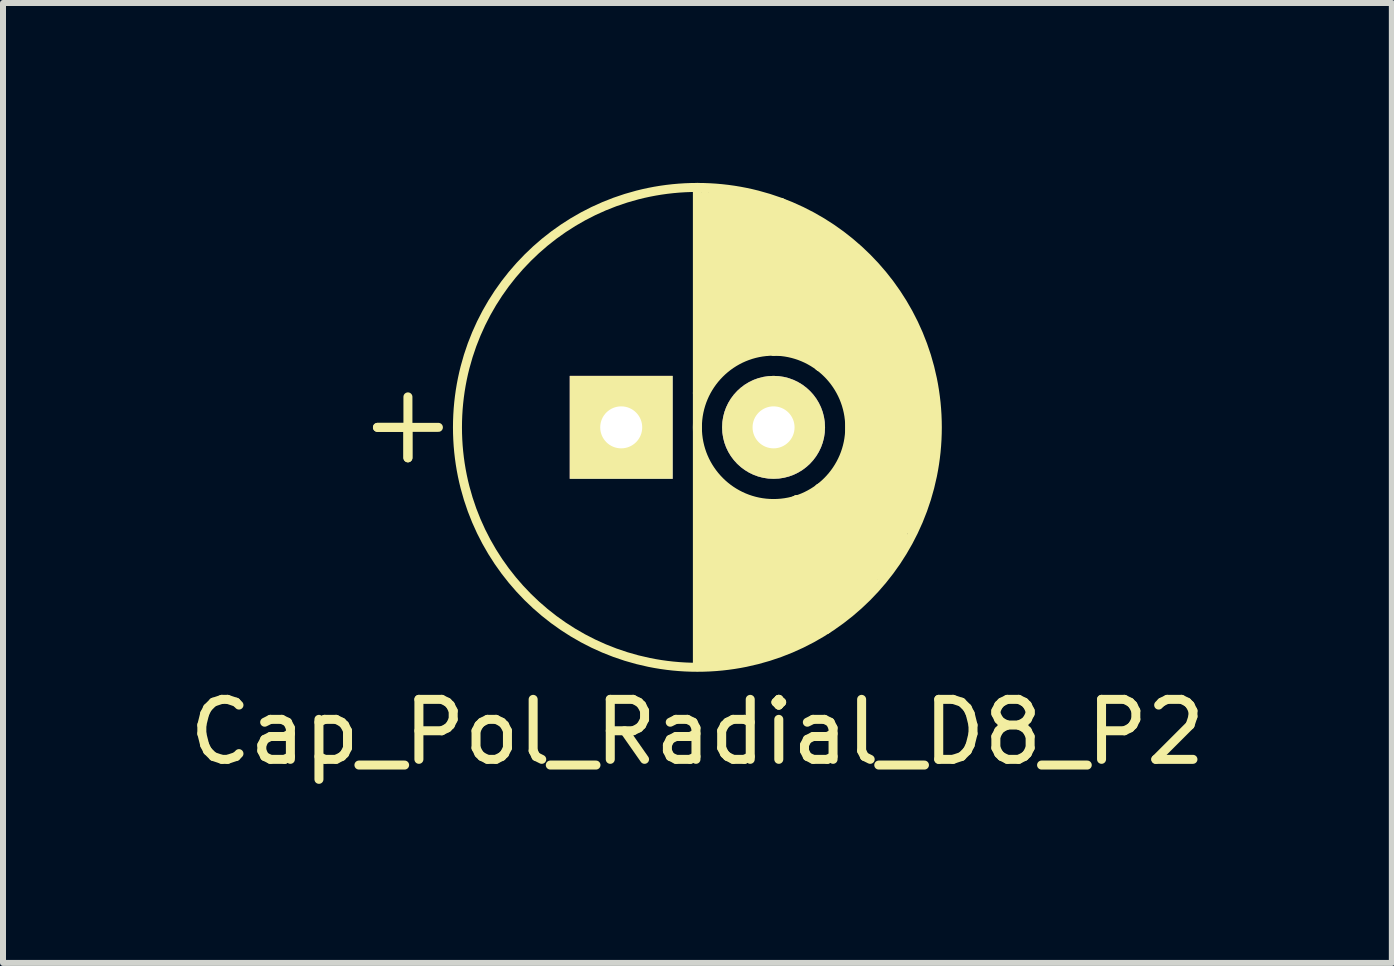
<source format=kicad_pcb>
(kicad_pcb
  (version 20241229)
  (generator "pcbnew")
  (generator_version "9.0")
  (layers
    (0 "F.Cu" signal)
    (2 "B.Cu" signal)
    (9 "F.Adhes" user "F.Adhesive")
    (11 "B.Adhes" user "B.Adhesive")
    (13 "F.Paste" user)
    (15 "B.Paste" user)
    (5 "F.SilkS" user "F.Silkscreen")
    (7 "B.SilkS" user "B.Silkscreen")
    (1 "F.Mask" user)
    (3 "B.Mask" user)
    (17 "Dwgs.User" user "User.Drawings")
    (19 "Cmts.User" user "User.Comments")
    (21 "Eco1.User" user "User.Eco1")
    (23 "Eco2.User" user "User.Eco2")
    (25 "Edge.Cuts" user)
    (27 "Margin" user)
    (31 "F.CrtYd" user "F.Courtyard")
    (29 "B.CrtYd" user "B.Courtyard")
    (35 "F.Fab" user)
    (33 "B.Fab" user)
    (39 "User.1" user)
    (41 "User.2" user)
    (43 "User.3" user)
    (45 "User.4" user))
  (footprint "Cap_Pol_Radial_D8_P2"
    (layer "F.Cu")
    (at 7.307 4.075)
    (property "Reference" "Cap_Pol_Radial_D8_P2" (at 1.27 5.08 0) (layer "F.SilkS") (effects (font (size 1 1) (thickness 0.15))))
    (attr through_hole)
    (fp_line (start -4.064 0) (end -3.048 0) (stroke (width 0.15) (type solid)) (layer "F.SilkS"))
    (fp_line (start -3.556 -0.508) (end -3.556 0.508) (stroke (width 0.15) (type solid)) (layer "F.SilkS"))
    (fp_line (start -3.556 0) (end -4.064 0) (stroke (width 0.15) (type solid)) (layer "F.SilkS"))
    (fp_line (start -3.556 0.508) (end -3.556 0) (stroke (width 0.15) (type solid)) (layer "F.SilkS"))
    (fp_line (start 1.27 -4) (end 1.27 3.937) (stroke (width 0.15) (type solid)) (layer "F.SilkS"))
    (fp_line (start 1.27 -0.572) (end 1.397 -0.699) (stroke (width 0.15) (type solid)) (layer "F.SilkS"))
    (fp_line (start 1.27 3.937) (end 1.397 3.937) (stroke (width 0.15) (type solid)) (layer "F.SilkS"))
    (fp_line (start 1.397 -0.699) (end 1.397 -3.873) (stroke (width 0.15) (type solid)) (layer "F.SilkS"))
    (fp_line (start 1.397 3.937) (end 1.397 0.635) (stroke (width 0.15) (type solid)) (layer "F.SilkS"))
    (fp_line (start 1.524 -3.937) (end 1.524 -0.826) (stroke (width 0.15) (type solid)) (layer "F.SilkS"))
    (fp_line (start 1.524 -0.826) (end 1.651 -0.953) (stroke (width 0.15) (type solid)) (layer "F.SilkS"))
    (fp_line (start 1.524 0.826) (end 1.651 0.953) (stroke (width 0.15) (type solid)) (layer "F.SilkS"))
    (fp_line (start 1.524 3.937) (end 1.524 0.826) (stroke (width 0.15) (type solid)) (layer "F.SilkS"))
    (fp_line (start 1.651 -3.937) (end 1.778 -3.873) (stroke (width 0.15) (type solid)) (layer "F.SilkS"))
    (fp_line (start 1.651 -0.953) (end 1.651 -3.937) (stroke (width 0.15) (type solid)) (layer "F.SilkS"))
    (fp_line (start 1.651 0.953) (end 1.651 3.937) (stroke (width 0.15) (type solid)) (layer "F.SilkS"))
    (fp_line (start 1.651 3.937) (end 1.778 3.937) (stroke (width 0.15) (type solid)) (layer "F.SilkS"))
    (fp_line (start 1.778 -3.873) (end 1.778 -1.079) (stroke (width 0.15) (type solid)) (layer "F.SilkS"))
    (fp_line (start 1.778 -1.079) (end 1.905 -1.206) (stroke (width 0.15) (type solid)) (layer "F.SilkS"))
    (fp_line (start 1.778 1.079) (end 1.905 1.143) (stroke (width 0.15) (type solid)) (layer "F.SilkS"))
    (fp_line (start 1.778 3.937) (end 1.778 1.079) (stroke (width 0.15) (type solid)) (layer "F.SilkS"))
    (fp_line (start 1.905 -3.937) (end 2.032 -3.873) (stroke (width 0.15) (type solid)) (layer "F.SilkS"))
    (fp_line (start 1.905 -1.206) (end 1.905 -3.937) (stroke (width 0.15) (type solid)) (layer "F.SilkS"))
    (fp_line (start 1.905 1.143) (end 1.905 3.937) (stroke (width 0.15) (type solid)) (layer "F.SilkS"))
    (fp_line (start 1.905 3.937) (end 2.032 3.873) (stroke (width 0.15) (type solid)) (layer "F.SilkS"))
    (fp_line (start 2.032 -3.873) (end 2.032 -1.206) (stroke (width 0.15) (type solid)) (layer "F.SilkS"))
    (fp_line (start 2.032 -1.206) (end 2.159 -1.27) (stroke (width 0.15) (type solid)) (layer "F.SilkS"))
    (fp_line (start 2.032 1.206) (end 2.159 1.27) (stroke (width 0.15) (type solid)) (layer "F.SilkS"))
    (fp_line (start 2.032 3.873) (end 2.032 1.206) (stroke (width 0.15) (type solid)) (layer "F.SilkS"))
    (fp_line (start 2.159 -3.81) (end 2.286 -3.81) (stroke (width 0.15) (type solid)) (layer "F.SilkS"))
    (fp_line (start 2.159 -1.27) (end 2.159 -3.81) (stroke (width 0.15) (type solid)) (layer "F.SilkS"))
    (fp_line (start 2.159 1.27) (end 2.159 3.81) (stroke (width 0.15) (type solid)) (layer "F.SilkS"))
    (fp_line (start 2.159 3.81) (end 2.286 3.81) (stroke (width 0.15) (type solid)) (layer "F.SilkS"))
    (fp_line (start 2.286 -3.81) (end 2.286 -1.27) (stroke (width 0.15) (type solid)) (layer "F.SilkS"))
    (fp_line (start 2.286 -1.27) (end 2.413 -1.27) (stroke (width 0.15) (type solid)) (layer "F.SilkS"))
    (fp_line (start 2.286 1.27) (end 2.413 1.27) (stroke (width 0.15) (type solid)) (layer "F.SilkS"))
    (fp_line (start 2.286 3.81) (end 2.286 1.27) (stroke (width 0.15) (type solid)) (layer "F.SilkS"))
    (fp_line (start 2.413 -3.81) (end 2.54 -3.747) (stroke (width 0.15) (type solid)) (layer "F.SilkS"))
    (fp_line (start 2.413 -1.27) (end 2.413 -3.81) (stroke (width 0.15) (type solid)) (layer "F.SilkS"))
    (fp_line (start 2.413 1.27) (end 2.413 3.81) (stroke (width 0.15) (type solid)) (layer "F.SilkS"))
    (fp_line (start 2.413 3.81) (end 2.54 3.747) (stroke (width 0.15) (type solid)) (layer "F.SilkS"))
    (fp_line (start 2.54 -3.747) (end 2.54 -1.27) (stroke (width 0.15) (type solid)) (layer "F.SilkS"))
    (fp_line (start 2.54 -1.27) (end 2.667 -1.27) (stroke (width 0.15) (type solid)) (layer "F.SilkS"))
    (fp_line (start 2.54 1.333) (end 2.667 1.333) (stroke (width 0.15) (type solid)) (layer "F.SilkS"))
    (fp_line (start 2.54 3.747) (end 2.54 1.333) (stroke (width 0.15) (type solid)) (layer "F.SilkS"))
    (fp_line (start 2.667 -3.747) (end 2.794 -3.683) (stroke (width 0.15) (type solid)) (layer "F.SilkS"))
    (fp_line (start 2.667 -1.27) (end 2.667 -3.747) (stroke (width 0.15) (type solid)) (layer "F.SilkS"))
    (fp_line (start 2.667 1.333) (end 2.667 3.683) (stroke (width 0.15) (type solid)) (layer "F.SilkS"))
    (fp_line (start 2.667 3.683) (end 2.794 3.619) (stroke (width 0.15) (type solid)) (layer "F.SilkS"))
    (fp_line (start 2.794 -3.683) (end 2.794 -1.27) (stroke (width 0.15) (type solid)) (layer "F.SilkS"))
    (fp_line (start 2.794 -1.27) (end 2.921 -1.27) (stroke (width 0.15) (type solid)) (layer "F.SilkS"))
    (fp_line (start 2.794 1.27) (end 2.921 1.206) (stroke (width 0.15) (type solid)) (layer "F.SilkS"))
    (fp_line (start 2.794 3.619) (end 2.794 1.27) (stroke (width 0.15) (type solid)) (layer "F.SilkS"))
    (fp_line (start 2.921 -3.619) (end 3.048 -3.556) (stroke (width 0.15) (type solid)) (layer "F.SilkS"))
    (fp_line (start 2.921 -1.27) (end 2.921 -3.619) (stroke (width 0.15) (type solid)) (layer "F.SilkS"))
    (fp_line (start 2.921 1.206) (end 2.921 3.619) (stroke (width 0.15) (type solid)) (layer "F.SilkS"))
    (fp_line (start 2.921 3.619) (end 3.048 3.493) (stroke (width 0.15) (type solid)) (layer "F.SilkS"))
    (fp_line (start 3.048 -3.556) (end 3.048 -1.206) (stroke (width 0.15) (type solid)) (layer "F.SilkS"))
    (fp_line (start 3.048 -1.206) (end 3.175 -1.143) (stroke (width 0.15) (type solid)) (layer "F.SilkS"))
    (fp_line (start 3.048 1.206) (end 3.175 1.143) (stroke (width 0.15) (type solid)) (layer "F.SilkS"))
    (fp_line (start 3.048 3.493) (end 3.048 1.206) (stroke (width 0.15) (type solid)) (layer "F.SilkS"))
    (fp_line (start 3.175 -3.493) (end 3.302 -3.429) (stroke (width 0.15) (type solid)) (layer "F.SilkS"))
    (fp_line (start 3.175 -1.143) (end 3.175 -3.493) (stroke (width 0.15) (type solid)) (layer "F.SilkS"))
    (fp_line (start 3.175 1.143) (end 3.175 3.493) (stroke (width 0.15) (type solid)) (layer "F.SilkS"))
    (fp_line (start 3.175 3.493) (end 3.302 3.365) (stroke (width 0.15) (type solid)) (layer "F.SilkS"))
    (fp_line (start 3.302 -3.429) (end 3.302 -1.016) (stroke (width 0.15) (type solid)) (layer "F.SilkS"))
    (fp_line (start 3.302 -1.016) (end 3.429 -0.953) (stroke (width 0.15) (type solid)) (layer "F.SilkS"))
    (fp_line (start 3.302 1.016) (end 3.429 0.953) (stroke (width 0.15) (type solid)) (layer "F.SilkS"))
    (fp_line (start 3.302 3.365) (end 3.302 1.016) (stroke (width 0.15) (type solid)) (layer "F.SilkS"))
    (fp_line (start 3.429 -3.302) (end 3.556 -3.239) (stroke (width 0.15) (type solid)) (layer "F.SilkS"))
    (fp_line (start 3.429 -0.953) (end 3.429 -3.302) (stroke (width 0.15) (type solid)) (layer "F.SilkS"))
    (fp_line (start 3.429 0.953) (end 3.429 3.365) (stroke (width 0.15) (type solid)) (layer "F.SilkS"))
    (fp_line (start 3.429 3.365) (end 3.556 3.175) (stroke (width 0.15) (type solid)) (layer "F.SilkS"))
    (fp_line (start 3.556 -3.239) (end 3.556 -0.826) (stroke (width 0.15) (type solid)) (layer "F.SilkS"))
    (fp_line (start 3.556 -0.826) (end 3.683 -0.635) (stroke (width 0.15) (type solid)) (layer "F.SilkS"))
    (fp_line (start 3.556 0.826) (end 3.683 0.635) (stroke (width 0.15) (type solid)) (layer "F.SilkS"))
    (fp_line (start 3.556 3.175) (end 3.556 0.826) (stroke (width 0.15) (type solid)) (layer "F.SilkS"))
    (fp_line (start 3.683 -3.175) (end 3.81 -3.048) (stroke (width 0.15) (type solid)) (layer "F.SilkS"))
    (fp_line (start 3.683 -0.635) (end 3.683 -3.111) (stroke (width 0.15) (type solid)) (layer "F.SilkS"))
    (fp_line (start 3.683 0.635) (end 3.683 3.111) (stroke (width 0.15) (type solid)) (layer "F.SilkS"))
    (fp_line (start 3.81 -3.048) (end 3.81 3.048) (stroke (width 0.15) (type solid)) (layer "F.SilkS"))
    (fp_line (start 3.81 -2.985) (end 4.191 -2.603) (stroke (width 0.15) (type solid)) (layer "F.SilkS"))
    (fp_line (start 3.81 3.048) (end 3.937 2.857) (stroke (width 0.15) (type solid)) (layer "F.SilkS"))
    (fp_line (start 3.937 -2.857) (end 4.064 -2.794) (stroke (width 0.15) (type solid)) (layer "F.SilkS"))
    (fp_line (start 3.937 2.857) (end 3.937 -2.857) (stroke (width 0.15) (type solid)) (layer "F.SilkS"))
    (fp_line (start 3.937 2.857) (end 4.064 2.731) (stroke (width 0.15) (type solid)) (layer "F.SilkS"))
    (fp_line (start 4.064 -2.794) (end 4.064 2.731) (stroke (width 0.15) (type solid)) (layer "F.SilkS"))
    (fp_line (start 4.064 2.731) (end 4.191 2.603) (stroke (width 0.15) (type solid)) (layer "F.SilkS"))
    (fp_line (start 4.191 -2.603) (end 4.318 -2.477) (stroke (width 0.15) (type solid)) (layer "F.SilkS"))
    (fp_line (start 4.191 2.603) (end 4.191 -2.603) (stroke (width 0.15) (type solid)) (layer "F.SilkS"))
    (fp_line (start 4.318 -2.477) (end 4.318 2.477) (stroke (width 0.15) (type solid)) (layer "F.SilkS"))
    (fp_line (start 4.318 2.477) (end 4.445 2.349) (stroke (width 0.15) (type solid)) (layer "F.SilkS"))
    (fp_line (start 4.445 -2.413) (end 4.572 -2.159) (stroke (width 0.15) (type solid)) (layer "F.SilkS"))
    (fp_line (start 4.445 2.223) (end 4.508 2.159) (stroke (width 0.15) (type solid)) (layer "F.SilkS"))
    (fp_line (start 4.445 2.349) (end 4.445 -2.413) (stroke (width 0.15) (type solid)) (layer "F.SilkS"))
    (fp_line (start 4.572 -2.159) (end 4.572 2.095) (stroke (width 0.15) (type solid)) (layer "F.SilkS"))
    (fp_line (start 4.572 2.095) (end 4.699 1.905) (stroke (width 0.15) (type solid)) (layer "F.SilkS"))
    (fp_line (start 4.636 -1.968) (end 4.445 -2.032) (stroke (width 0.15) (type solid)) (layer "F.SilkS"))
    (fp_line (start 4.699 -1.905) (end 4.826 -1.651) (stroke (width 0.15) (type solid)) (layer "F.SilkS"))
    (fp_line (start 4.699 1.905) (end 4.699 -1.905) (stroke (width 0.15) (type solid)) (layer "F.SilkS"))
    (fp_line (start 4.763 -1.905) (end 4.636 -1.968) (stroke (width 0.15) (type solid)) (layer "F.SilkS"))
    (fp_line (start 4.826 -1.651) (end 4.826 1.714) (stroke (width 0.15) (type solid)) (layer "F.SilkS"))
    (fp_line (start 4.826 1.714) (end 4.953 1.333) (stroke (width 0.15) (type solid)) (layer "F.SilkS"))
    (fp_line (start 4.953 -1.46) (end 5.08 -1.079) (stroke (width 0.15) (type solid)) (layer "F.SilkS"))
    (fp_line (start 4.953 1.333) (end 4.953 -1.46) (stroke (width 0.15) (type solid)) (layer "F.SilkS"))
    (fp_line (start 5.016 1.206) (end 5.016 1.016) (stroke (width 0.15) (type solid)) (layer "F.SilkS"))
    (fp_line (start 5.08 -1.079) (end 5.08 1.016) (stroke (width 0.15) (type solid)) (layer "F.SilkS"))
    (fp_line (start 5.08 1.016) (end 5.144 0.699) (stroke (width 0.15) (type solid)) (layer "F.SilkS"))
    (fp_line (start 5.144 0.699) (end 5.144 -0.572) (stroke (width 0.15) (type solid)) (layer "F.SilkS"))
    (fp_circle (center 1.27 0) (end 5.27 0) (stroke (width 0.15) (type solid)) (fill no) (layer "F.SilkS"))
    (fp_circle (center 2.54 0) (end 3.81 0) (stroke (width 0.15) (type solid)) (fill no) (layer "F.SilkS"))
    (pad "1" thru_hole rect (at 0 0) (size 1.716 1.716) (drill 0.7) (layers "*.Cu" "*.Mask" "F.SilkS"))
    (pad "2" thru_hole circle (at 2.54 0) (size 1.716 1.716) (drill 0.7) (layers "*.Cu" "*.Mask" "F.SilkS")))
  (gr_rect
    (start -3 -3)
    (end 20.155 13.004)
    (stroke (width 0.1) (type default))
    (fill no)
    (layer "Edge.Cuts")))
</source>
